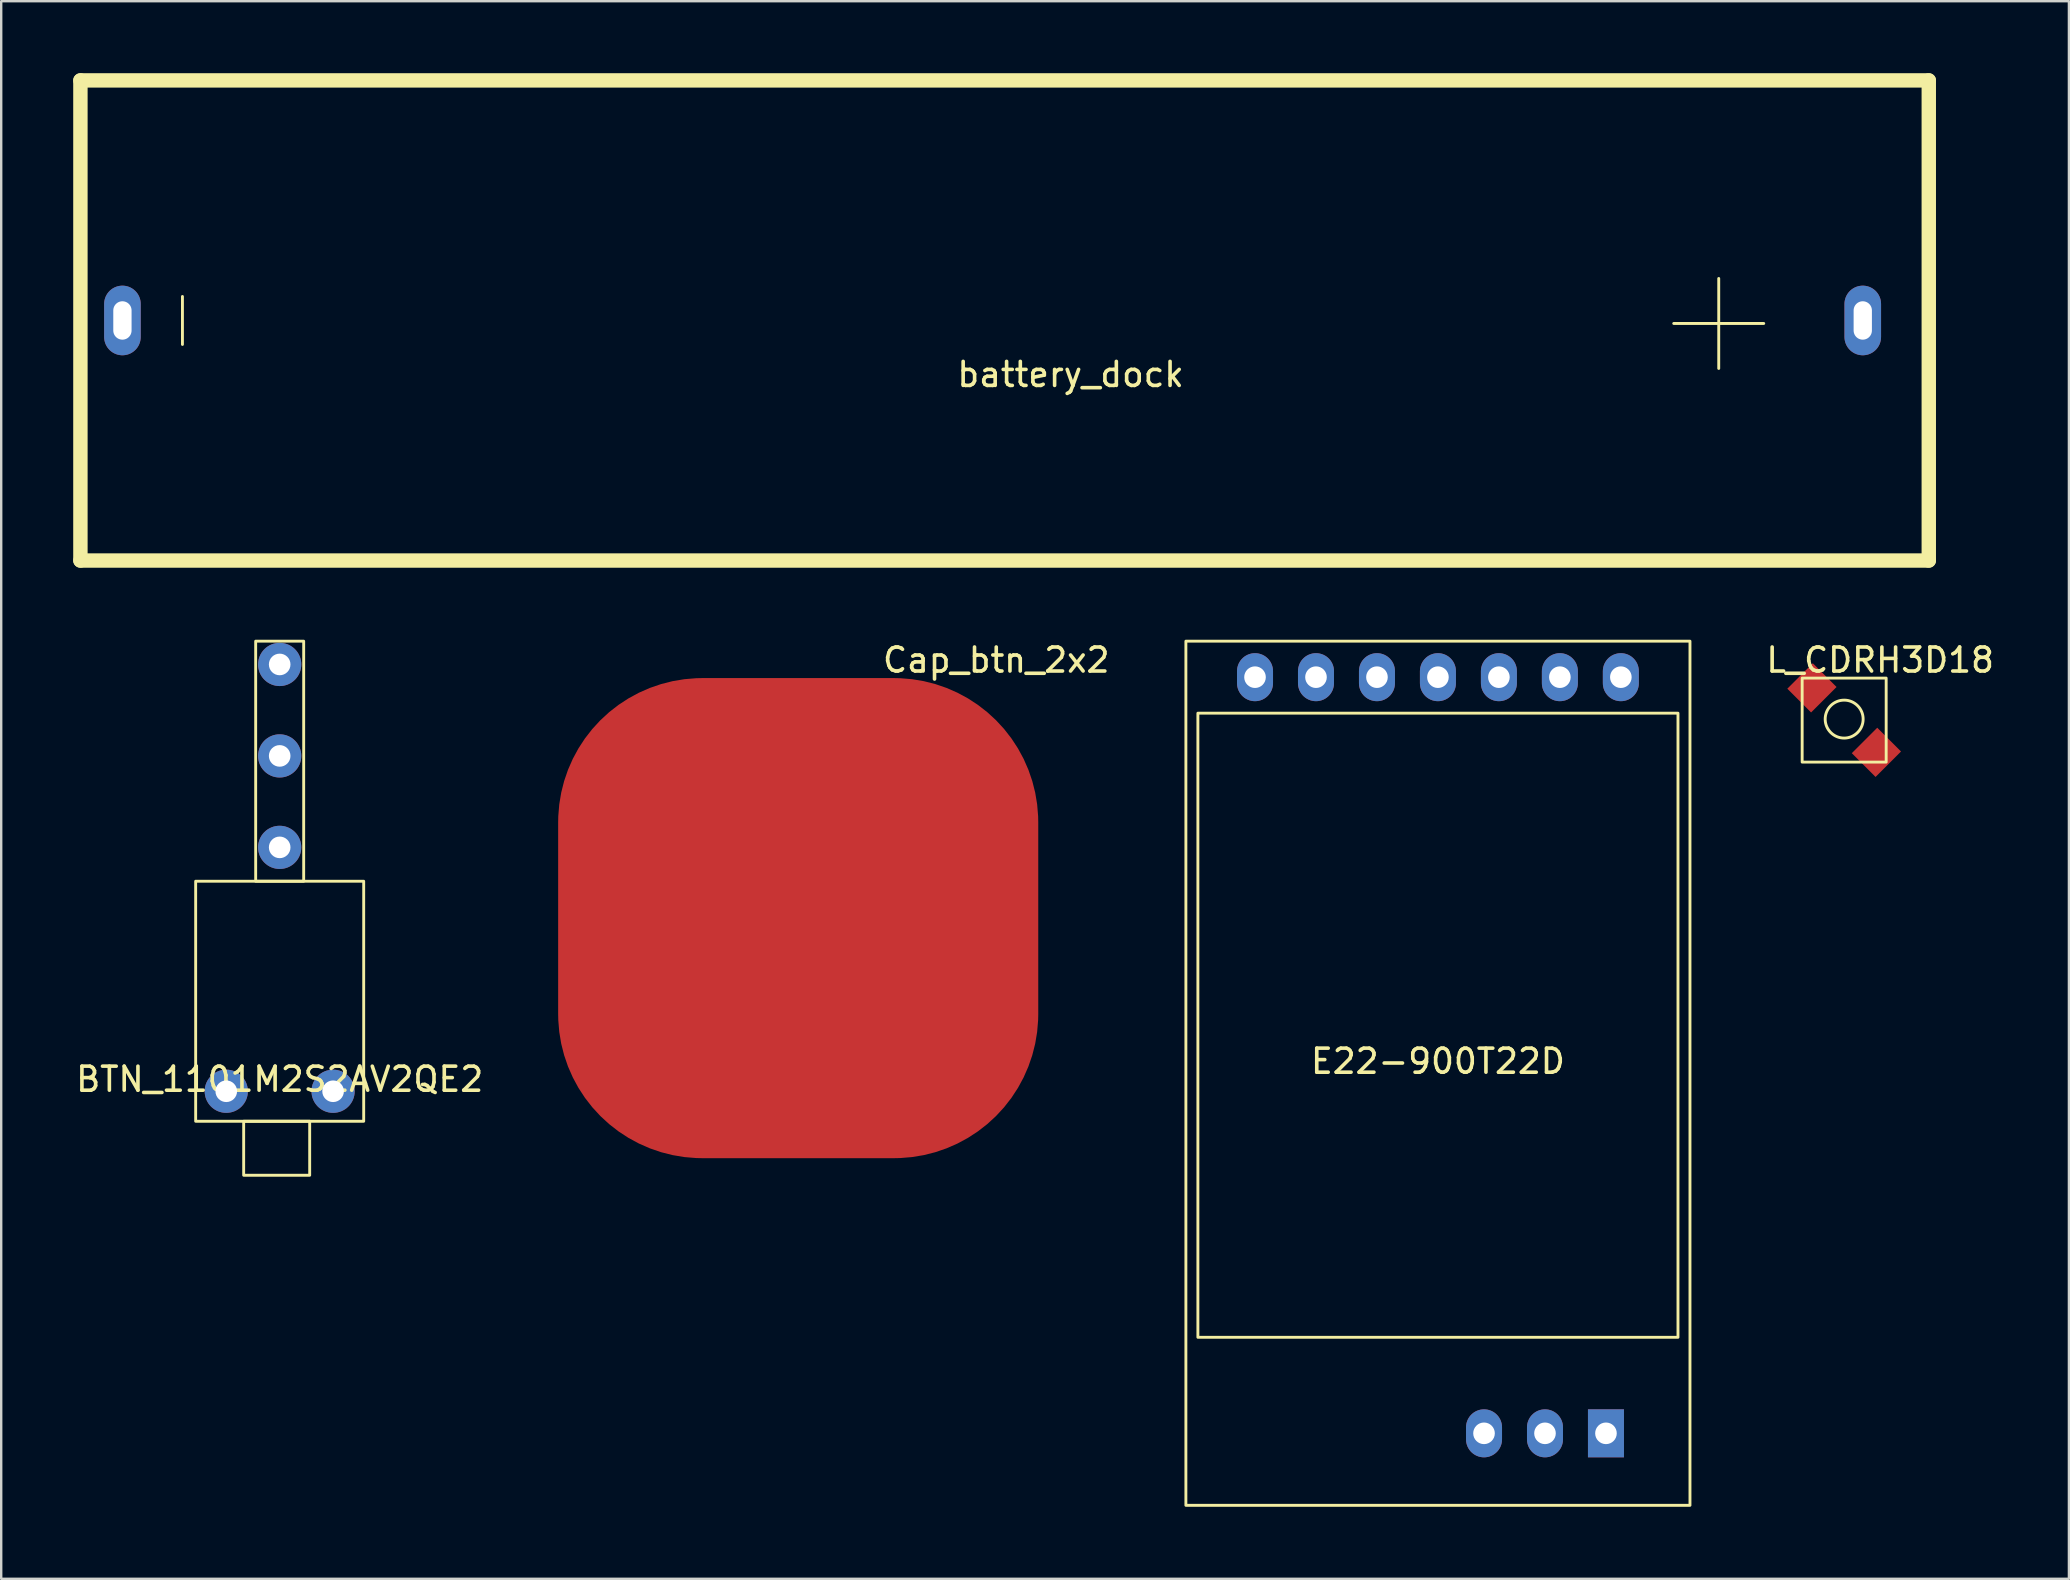
<source format=kicad_pcb>
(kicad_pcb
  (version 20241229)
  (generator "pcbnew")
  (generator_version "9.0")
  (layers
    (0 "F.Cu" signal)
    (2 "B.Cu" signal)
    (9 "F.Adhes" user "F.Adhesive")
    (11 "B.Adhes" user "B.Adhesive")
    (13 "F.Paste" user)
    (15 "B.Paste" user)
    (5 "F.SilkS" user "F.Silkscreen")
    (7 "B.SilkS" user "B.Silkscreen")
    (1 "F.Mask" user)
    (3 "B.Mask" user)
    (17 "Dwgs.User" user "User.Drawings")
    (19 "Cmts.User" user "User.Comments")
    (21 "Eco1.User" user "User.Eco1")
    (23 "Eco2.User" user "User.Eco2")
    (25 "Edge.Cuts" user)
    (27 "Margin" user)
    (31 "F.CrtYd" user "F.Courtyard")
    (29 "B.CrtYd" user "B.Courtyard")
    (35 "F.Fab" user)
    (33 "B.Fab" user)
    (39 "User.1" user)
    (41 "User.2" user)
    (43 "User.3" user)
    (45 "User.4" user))
  (footprint "Cap_btn_2x2"
    (layer "F.Cu")
    (at 30.202 35.198)
    (property "Reference" "Cap_btn_2x2" (at 8.25 -10.75 0) (unlocked yes) (layer "F.SilkS") (effects (font (size 1 1) (thickness 0.15))))
    (attr smd)
    (pad "1" smd roundrect (at 0 0) (size 20 20) (layers "F.Cu" "F.Mask" "F.Paste") (roundrect_rratio 0.3)))
  (footprint "E22-900T22D"
    (layer "F.Cu")
    (at 56.852 41.66)
    (property "Reference" "E22-900T22D" (at 0 -0.5 0) (unlocked yes) (layer "F.SilkS") (effects (font (size 1 1) (thickness 0.15))))
    (attr through_hole)
    (fp_rect (start -10.5 -18) (end 10.5 18) (stroke (width 0.12) (type solid)) (fill no) (layer "F.SilkS"))
    (fp_rect (start 10 -15) (end -10 11) (stroke (width 0.12) (type solid)) (fill no) (layer "F.SilkS"))
    (pad "1" thru_hole oval (at 7.62 -16.5) (size 1.5 2) (drill 0.9) (layers "*.Cu" "*.Mask"))
    (pad "2" thru_hole oval (at 5.08 -16.5) (size 1.5 2) (drill 0.9) (layers "*.Cu" "*.Mask"))
    (pad "3" thru_hole oval (at 2.54 -16.5) (size 1.5 2) (drill 0.9) (layers "*.Cu" "*.Mask"))
    (pad "4" thru_hole oval (at 0 -16.5) (size 1.5 2) (drill 0.9) (layers "*.Cu" "*.Mask"))
    (pad "5" thru_hole oval (at -2.54 -16.5) (size 1.5 2) (drill 0.9) (layers "*.Cu" "*.Mask"))
    (pad "6" thru_hole oval (at -5.08 -16.5) (size 1.5 2) (drill 0.9) (layers "*.Cu" "*.Mask"))
    (pad "7" thru_hole oval (at -7.62 -16.5) (size 1.5 2) (drill 0.9) (layers "*.Cu" "*.Mask"))
    (pad "8" thru_hole oval (at 1.92 15) (size 1.5 2) (drill 0.9) (layers "*.Cu" "*.Mask"))
    (pad "9" thru_hole oval (at 4.46 15) (size 1.5 2) (drill 0.9) (layers "*.Cu" "*.Mask"))
    (pad "10" thru_hole rect (at 7 15) (size 1.5 2) (drill 0.9) (layers "*.Cu" "*.Mask")))
  (footprint "L_CDRH3D18"
    (layer "F.Cu")
    (at 73.775 26.948)
    (property "Reference" "L_CDRH3D18" (at 1.5 -2.5 0) (unlocked yes) (layer "F.SilkS") (effects (font (size 1 1) (thickness 0.15))))
    (attr smd)
    (fp_rect (start 1.75 1.75) (end -1.75 -1.75) (stroke (width 0.12) (type solid)) (fill no) (layer "F.SilkS"))
    (fp_circle (center 0 -0.041) (end -0.25 0.709) (stroke (width 0.12) (type solid)) (fill no) (layer "F.SilkS"))
    (pad "1" smd rect (at -1.343 -1.343 45) (size 1.5 1.4) (layers "F.Cu" "F.Mask" "F.Paste"))
    (pad "2" smd rect (at 1.343 1.343 45) (size 1.5 1.4) (layers "F.Cu" "F.Mask" "F.Paste")))
  (footprint "BTN_1101M2S2AV2QE2"
    (layer "F.Cu")
    (at 8.601 42.41)
    (property "Reference" "BTN_1101M2S2AV2QE2" (at 0 -0.5 0) (unlocked yes) (layer "F.SilkS") (effects (font (size 1 1) (thickness 0.15))))
    (attr through_hole)
    (fp_rect (start -3.5 1.25) (end 3.5 -8.75) (stroke (width 0.12) (type solid)) (fill no) (layer "F.SilkS"))
    (fp_rect (start -1.5 1.25) (end 1.25 3.5) (stroke (width 0.12) (type solid)) (fill no) (layer "F.SilkS"))
    (fp_rect (start -1 -18.75) (end 1 -8.75) (stroke (width 0.12) (type solid)) (fill no) (layer "F.SilkS"))
    (pad "1" thru_hole circle (at 0 -10.16) (size 1.8 1.8) (drill 0.9) (layers "*.Cu" "*.Mask"))
    (pad "2" thru_hole circle (at 0 -13.97) (size 1.8 1.8) (drill 0.9) (layers "*.Cu" "*.Mask"))
    (pad "3" thru_hole circle (at 0 -17.78) (size 1.8 1.8) (drill 0.9) (layers "*.Cu" "*.Mask"))
    (pad "4" thru_hole circle (at 2.225 0) (size 1.8 1.8) (drill 0.9) (layers "*.Cu" "*.Mask"))
    (pad "5" thru_hole circle (at -2.225 0) (size 1.8 1.8) (drill 0.9) (layers "*.Cu" "*.Mask")))
  (footprint "battery_dock"
    (layer "F.Cu")
    (at 38.3 10.3)
    (property "Reference" "battery_dock" (at 3.25 2.25 0) (layer "F.SilkS") (effects (font (size 1 1) (thickness 0.15))))
    (attr through_hole)
    (fp_line (start -38 -10) (end -38 10) (stroke (width 0.6) (type solid)) (layer "F.SilkS"))
    (fp_line (start -38 -10) (end 39 -10) (stroke (width 0.6) (type solid)) (layer "F.SilkS"))
    (fp_line (start -33.75 -1) (end -33.75 1) (stroke (width 0.12) (type solid)) (layer "F.SilkS"))
    (fp_line (start 28.375 0.125) (end 32.125 0.125) (stroke (width 0.12) (type solid)) (layer "F.SilkS"))
    (fp_line (start 30.25 -1.75) (end 30.25 2) (stroke (width 0.12) (type solid)) (layer "F.SilkS"))
    (fp_line (start 39 -10) (end 39 10) (stroke (width 0.6) (type solid)) (layer "F.SilkS"))
    (fp_line (start 39 10) (end -38 10) (stroke (width 0.6) (type solid)) (layer "F.SilkS"))
    (pad "1" thru_hole oval (at 36.25 0) (size 1.524 2.9) (drill oval 0.762 1.6) (layers "*.Cu" "*.Mask"))
    (pad "2" thru_hole oval (at -36.25 0) (size 1.524 2.9) (drill oval 0.762 1.6) (layers "*.Cu" "*.Mask")))
  (gr_rect
    (start -3 -3)
    (end 83.138 62.72)
    (stroke (width 0.1) (type default))
    (fill no)
    (layer "Edge.Cuts")))
</source>
